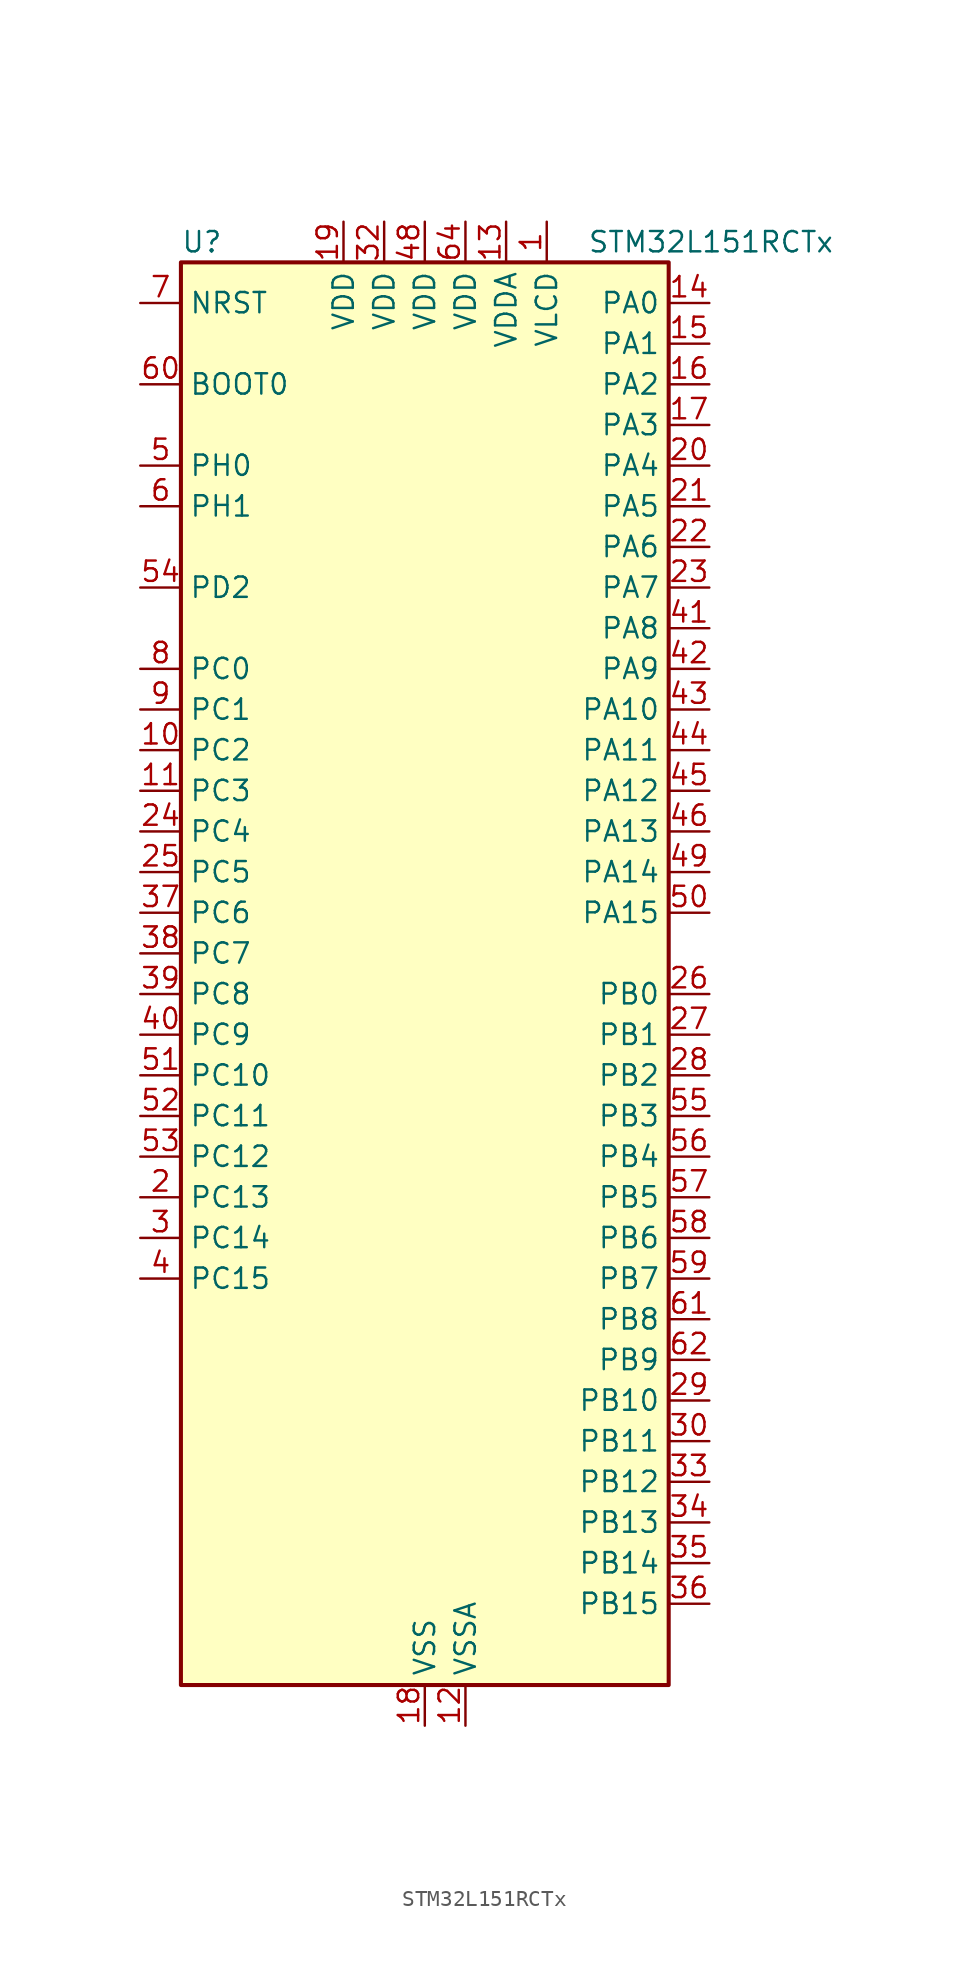
<source format=kicad_sym>
(kicad_symbol_lib
  (version 20231120)
  (generator "kicad_symbol_editor")
  (generator_version "8.0")
  (symbol "STM32L151RCTx"
    (property "Reference" "U"
      (at -15.24 46.99 0)
      (effects (font (size 1.27 1.27)) (justify left)))
    (property "Value" "STM32L151RCTx"
      (at 10.16 46.99 0)
      (effects (font (size 1.27 1.27)) (justify left)))
    (property "ki_locked" ""
      (at 0 0 0)
      (effects (font (size 1.27 1.27))))
    (symbol "STM32L151RCTx_0_1"
      (rectangle (start -15.24 -43.18) (end 15.24 45.72) (stroke (width 0.254) (type default)) (fill (type background))))
    (symbol "STM32L151RCTx_1_1"
      (pin power_in line (at 7.62 48.26 270) (length 2.54) (name "VLCD" (effects (font (size 1.27 1.27)))) (number "1" (effects (font (size 1.27 1.27)))))
      (pin bidirectional line (at -17.78 15.24 0) (length 2.54) (name "PC2" (effects (font (size 1.27 1.27)))) (number "10" (effects (font (size 1.27 1.27)))) (alternate "ADC_IN12" bidirectional line) (alternate "COMP1_INP" bidirectional line) (alternate "TIMX_IC3" bidirectional line) (alternate "TS_G8_IO3" bidirectional line))
      (pin bidirectional line (at -17.78 12.7 0) (length 2.54) (name "PC3" (effects (font (size 1.27 1.27)))) (number "11" (effects (font (size 1.27 1.27)))) (alternate "ADC_IN13" bidirectional line) (alternate "COMP1_INP" bidirectional line) (alternate "TIMX_IC4" bidirectional line) (alternate "TS_G8_IO4" bidirectional line))
      (pin power_in line (at 2.54 -45.72 90) (length 2.54) (name "VSSA" (effects (font (size 1.27 1.27)))) (number "12" (effects (font (size 1.27 1.27)))))
      (pin power_in line (at 5.08 48.26 270) (length 2.54) (name "VDDA" (effects (font (size 1.27 1.27)))) (number "13" (effects (font (size 1.27 1.27)))))
      (pin bidirectional line (at 17.78 43.18 180) (length 2.54) (name "PA0" (effects (font (size 1.27 1.27)))) (number "14" (effects (font (size 1.27 1.27)))) (alternate "ADC_IN0" bidirectional line) (alternate "COMP1_INP" bidirectional line) (alternate "RTC_TAMP2" bidirectional line) (alternate "SYS_WKUP1" bidirectional line) (alternate "TIM2_CH1" bidirectional line) (alternate "TIM2_ETR" bidirectional line) (alternate "TIM5_CH1" bidirectional line) (alternate "TIMX_IC1" bidirectional line) (alternate "TS_G1_IO1" bidirectional line) (alternate "USART2_CTS" bidirectional line))
      (pin bidirectional line (at 17.78 40.64 180) (length 2.54) (name "PA1" (effects (font (size 1.27 1.27)))) (number "15" (effects (font (size 1.27 1.27)))) (alternate "ADC_IN1" bidirectional line) (alternate "COMP1_INP" bidirectional line) (alternate "OPAMP1_VINP" bidirectional line) (alternate "TIM2_CH2" bidirectional line) (alternate "TIM5_CH2" bidirectional line) (alternate "TIMX_IC2" bidirectional line) (alternate "TS_G1_IO2" bidirectional line) (alternate "USART2_RTS" bidirectional line))
      (pin bidirectional line (at 17.78 38.1 180) (length 2.54) (name "PA2" (effects (font (size 1.27 1.27)))) (number "16" (effects (font (size 1.27 1.27)))) (alternate "ADC_IN2" bidirectional line) (alternate "COMP1_INP" bidirectional line) (alternate "OPAMP1_VINM" bidirectional line) (alternate "TIM2_CH3" bidirectional line) (alternate "TIM5_CH3" bidirectional line) (alternate "TIM9_CH1" bidirectional line) (alternate "TIMX_IC3" bidirectional line) (alternate "TS_G1_IO3" bidirectional line) (alternate "USART2_TX" bidirectional line))
      (pin bidirectional line (at 17.78 35.56 180) (length 2.54) (name "PA3" (effects (font (size 1.27 1.27)))) (number "17" (effects (font (size 1.27 1.27)))) (alternate "ADC_IN3" bidirectional line) (alternate "COMP1_INP" bidirectional line) (alternate "OPAMP1_VOUT" bidirectional line) (alternate "TIM2_CH4" bidirectional line) (alternate "TIM5_CH4" bidirectional line) (alternate "TIM9_CH2" bidirectional line) (alternate "TIMX_IC4" bidirectional line) (alternate "TS_G1_IO4" bidirectional line) (alternate "USART2_RX" bidirectional line))
      (pin power_in line (at 0 -45.72 90) (length 2.54) (name "VSS" (effects (font (size 1.27 1.27)))) (number "18" (effects (font (size 1.27 1.27)))))
      (pin power_in line (at -5.08 48.26 270) (length 2.54) (name "VDD" (effects (font (size 1.27 1.27)))) (number "19" (effects (font (size 1.27 1.27)))))
      (pin bidirectional line (at -17.78 -12.7 0) (length 2.54) (name "PC13" (effects (font (size 1.27 1.27)))) (number "2" (effects (font (size 1.27 1.27)))) (alternate "RTC_OUT_ALARM" bidirectional line) (alternate "RTC_OUT_CALIB" bidirectional line) (alternate "RTC_TAMP1" bidirectional line) (alternate "RTC_TS" bidirectional line) (alternate "SYS_WKUP2" bidirectional line) (alternate "TIMX_IC2" bidirectional line))
      (pin bidirectional line (at 17.78 33.02 180) (length 2.54) (name "PA4" (effects (font (size 1.27 1.27)))) (number "20" (effects (font (size 1.27 1.27)))) (alternate "ADC_IN4" bidirectional line) (alternate "COMP1_INP" bidirectional line) (alternate "DAC_OUT1" bidirectional line) (alternate "I2S3_WS" bidirectional line) (alternate "SPI1_NSS" bidirectional line) (alternate "SPI3_NSS" bidirectional line) (alternate "TIMX_IC1" bidirectional line) (alternate "USART2_CK" bidirectional line))
      (pin bidirectional line (at 17.78 30.48 180) (length 2.54) (name "PA5" (effects (font (size 1.27 1.27)))) (number "21" (effects (font (size 1.27 1.27)))) (alternate "ADC_IN5" bidirectional line) (alternate "COMP1_INP" bidirectional line) (alternate "DAC_OUT2" bidirectional line) (alternate "SPI1_SCK" bidirectional line) (alternate "TIM2_CH1" bidirectional line) (alternate "TIM2_ETR" bidirectional line) (alternate "TIMX_IC2" bidirectional line))
      (pin bidirectional line (at 17.78 27.94 180) (length 2.54) (name "PA6" (effects (font (size 1.27 1.27)))) (number "22" (effects (font (size 1.27 1.27)))) (alternate "ADC_IN6" bidirectional line) (alternate "COMP1_INP" bidirectional line) (alternate "OPAMP2_VINP" bidirectional line) (alternate "SPI1_MISO" bidirectional line) (alternate "TIM10_CH1" bidirectional line) (alternate "TIM3_CH1" bidirectional line) (alternate "TIMX_IC3" bidirectional line) (alternate "TS_G2_IO1" bidirectional line))
      (pin bidirectional line (at 17.78 25.4 180) (length 2.54) (name "PA7" (effects (font (size 1.27 1.27)))) (number "23" (effects (font (size 1.27 1.27)))) (alternate "ADC_IN7" bidirectional line) (alternate "COMP1_INP" bidirectional line) (alternate "OPAMP2_VINM" bidirectional line) (alternate "SPI1_MOSI" bidirectional line) (alternate "TIM11_CH1" bidirectional line) (alternate "TIM3_CH2" bidirectional line) (alternate "TIMX_IC4" bidirectional line) (alternate "TS_G2_IO2" bidirectional line))
      (pin bidirectional line (at -17.78 10.16 0) (length 2.54) (name "PC4" (effects (font (size 1.27 1.27)))) (number "24" (effects (font (size 1.27 1.27)))) (alternate "ADC_IN14" bidirectional line) (alternate "COMP1_INP" bidirectional line) (alternate "TIMX_IC1" bidirectional line) (alternate "TS_G9_IO1" bidirectional line))
      (pin bidirectional line (at -17.78 7.62 0) (length 2.54) (name "PC5" (effects (font (size 1.27 1.27)))) (number "25" (effects (font (size 1.27 1.27)))) (alternate "ADC_IN15" bidirectional line) (alternate "COMP1_INP" bidirectional line) (alternate "TIMX_IC2" bidirectional line) (alternate "TS_G9_IO2" bidirectional line))
      (pin bidirectional line (at 17.78 0 180) (length 2.54) (name "PB0" (effects (font (size 1.27 1.27)))) (number "26" (effects (font (size 1.27 1.27)))) (alternate "ADC_IN8" bidirectional line) (alternate "COMP1_INP" bidirectional line) (alternate "OPAMP2_VOUT" bidirectional line) (alternate "SYS_V_REF_OUT" bidirectional line) (alternate "TIM3_CH3" bidirectional line) (alternate "TS_G3_IO1" bidirectional line))
      (pin bidirectional line (at 17.78 -2.54 180) (length 2.54) (name "PB1" (effects (font (size 1.27 1.27)))) (number "27" (effects (font (size 1.27 1.27)))) (alternate "ADC_IN9" bidirectional line) (alternate "COMP1_INP" bidirectional line) (alternate "SYS_V_REF_OUT" bidirectional line) (alternate "TIM3_CH4" bidirectional line) (alternate "TS_G3_IO2" bidirectional line))
      (pin bidirectional line (at 17.78 -5.08 180) (length 2.54) (name "PB2" (effects (font (size 1.27 1.27)))) (number "28" (effects (font (size 1.27 1.27)))) (alternate "TS_G3_IO3" bidirectional line))
      (pin bidirectional line (at 17.78 -25.4 180) (length 2.54) (name "PB10" (effects (font (size 1.27 1.27)))) (number "29" (effects (font (size 1.27 1.27)))) (alternate "I2C2_SCL" bidirectional line) (alternate "TIM2_CH3" bidirectional line) (alternate "USART3_TX" bidirectional line))
      (pin bidirectional line (at -17.78 -15.24 0) (length 2.54) (name "PC14" (effects (font (size 1.27 1.27)))) (number "3" (effects (font (size 1.27 1.27)))) (alternate "RCC_OSC32_IN" bidirectional line) (alternate "TIMX_IC3" bidirectional line))
      (pin bidirectional line (at 17.78 -27.94 180) (length 2.54) (name "PB11" (effects (font (size 1.27 1.27)))) (number "30" (effects (font (size 1.27 1.27)))) (alternate "ADC_EXTI11" bidirectional line) (alternate "I2C2_SDA" bidirectional line) (alternate "TIM2_CH4" bidirectional line) (alternate "USART3_RX" bidirectional line))
      (pin passive line (at 0 -45.72 90) (length 2.54) hide (name "VSS" (effects (font (size 1.27 1.27)))) (number "31" (effects (font (size 1.27 1.27)))))
      (pin power_in line (at -2.54 48.26 270) (length 2.54) (name "VDD" (effects (font (size 1.27 1.27)))) (number "32" (effects (font (size 1.27 1.27)))))
      (pin bidirectional line (at 17.78 -30.48 180) (length 2.54) (name "PB12" (effects (font (size 1.27 1.27)))) (number "33" (effects (font (size 1.27 1.27)))) (alternate "ADC_IN18" bidirectional line) (alternate "COMP1_INP" bidirectional line) (alternate "I2C2_SMBA" bidirectional line) (alternate "I2S2_WS" bidirectional line) (alternate "SPI2_NSS" bidirectional line) (alternate "TIM10_CH1" bidirectional line) (alternate "TS_G7_IO1" bidirectional line) (alternate "USART3_CK" bidirectional line))
      (pin bidirectional line (at 17.78 -33.02 180) (length 2.54) (name "PB13" (effects (font (size 1.27 1.27)))) (number "34" (effects (font (size 1.27 1.27)))) (alternate "ADC_IN19" bidirectional line) (alternate "COMP1_INP" bidirectional line) (alternate "I2S2_CK" bidirectional line) (alternate "SPI2_SCK" bidirectional line) (alternate "TIM9_CH1" bidirectional line) (alternate "TS_G7_IO2" bidirectional line) (alternate "USART3_CTS" bidirectional line))
      (pin bidirectional line (at 17.78 -35.56 180) (length 2.54) (name "PB14" (effects (font (size 1.27 1.27)))) (number "35" (effects (font (size 1.27 1.27)))) (alternate "ADC_IN20" bidirectional line) (alternate "COMP1_INP" bidirectional line) (alternate "SPI2_MISO" bidirectional line) (alternate "TIM9_CH2" bidirectional line) (alternate "TS_G7_IO3" bidirectional line) (alternate "USART3_RTS" bidirectional line))
      (pin bidirectional line (at 17.78 -38.1 180) (length 2.54) (name "PB15" (effects (font (size 1.27 1.27)))) (number "36" (effects (font (size 1.27 1.27)))) (alternate "ADC_EXTI15" bidirectional line) (alternate "ADC_IN21" bidirectional line) (alternate "COMP1_INP" bidirectional line) (alternate "I2S2_SD" bidirectional line) (alternate "RTC_REFIN" bidirectional line) (alternate "SPI2_MOSI" bidirectional line) (alternate "TIM11_CH1" bidirectional line) (alternate "TS_G7_IO4" bidirectional line))
      (pin bidirectional line (at -17.78 5.08 0) (length 2.54) (name "PC6" (effects (font (size 1.27 1.27)))) (number "37" (effects (font (size 1.27 1.27)))) (alternate "I2S2_MCK" bidirectional line) (alternate "TIM3_CH1" bidirectional line) (alternate "TIMX_IC3" bidirectional line) (alternate "TS_G10_IO1" bidirectional line))
      (pin bidirectional line (at -17.78 2.54 0) (length 2.54) (name "PC7" (effects (font (size 1.27 1.27)))) (number "38" (effects (font (size 1.27 1.27)))) (alternate "I2S3_MCK" bidirectional line) (alternate "TIM3_CH2" bidirectional line) (alternate "TIMX_IC4" bidirectional line) (alternate "TS_G10_IO2" bidirectional line))
      (pin bidirectional line (at -17.78 0 0) (length 2.54) (name "PC8" (effects (font (size 1.27 1.27)))) (number "39" (effects (font (size 1.27 1.27)))) (alternate "TIM3_CH3" bidirectional line) (alternate "TIMX_IC1" bidirectional line) (alternate "TS_G10_IO3" bidirectional line))
      (pin bidirectional line (at -17.78 -17.78 0) (length 2.54) (name "PC15" (effects (font (size 1.27 1.27)))) (number "4" (effects (font (size 1.27 1.27)))) (alternate "ADC_EXTI15" bidirectional line) (alternate "RCC_OSC32_OUT" bidirectional line) (alternate "TIMX_IC4" bidirectional line))
      (pin bidirectional line (at -17.78 -2.54 0) (length 2.54) (name "PC9" (effects (font (size 1.27 1.27)))) (number "40" (effects (font (size 1.27 1.27)))) (alternate "DAC_EXTI9" bidirectional line) (alternate "TIM3_CH4" bidirectional line) (alternate "TIMX_IC2" bidirectional line) (alternate "TS_G10_IO4" bidirectional line))
      (pin bidirectional line (at 17.78 22.86 180) (length 2.54) (name "PA8" (effects (font (size 1.27 1.27)))) (number "41" (effects (font (size 1.27 1.27)))) (alternate "RCC_MCO" bidirectional line) (alternate "TIMX_IC1" bidirectional line) (alternate "TS_G4_IO1" bidirectional line) (alternate "USART1_CK" bidirectional line))
      (pin bidirectional line (at 17.78 20.32 180) (length 2.54) (name "PA9" (effects (font (size 1.27 1.27)))) (number "42" (effects (font (size 1.27 1.27)))) (alternate "DAC_EXTI9" bidirectional line) (alternate "TIMX_IC2" bidirectional line) (alternate "TS_G4_IO2" bidirectional line) (alternate "USART1_TX" bidirectional line))
      (pin bidirectional line (at 17.78 17.78 180) (length 2.54) (name "PA10" (effects (font (size 1.27 1.27)))) (number "43" (effects (font (size 1.27 1.27)))) (alternate "TIMX_IC3" bidirectional line) (alternate "TS_G4_IO3" bidirectional line) (alternate "USART1_RX" bidirectional line))
      (pin bidirectional line (at 17.78 15.24 180) (length 2.54) (name "PA11" (effects (font (size 1.27 1.27)))) (number "44" (effects (font (size 1.27 1.27)))) (alternate "ADC_EXTI11" bidirectional line) (alternate "SPI1_MISO" bidirectional line) (alternate "TIMX_IC4" bidirectional line) (alternate "USART1_CTS" bidirectional line) (alternate "USB_DM" bidirectional line))
      (pin bidirectional line (at 17.78 12.7 180) (length 2.54) (name "PA12" (effects (font (size 1.27 1.27)))) (number "45" (effects (font (size 1.27 1.27)))) (alternate "SPI1_MOSI" bidirectional line) (alternate "TIMX_IC1" bidirectional line) (alternate "USART1_RTS" bidirectional line) (alternate "USB_DP" bidirectional line))
      (pin bidirectional line (at 17.78 10.16 180) (length 2.54) (name "PA13" (effects (font (size 1.27 1.27)))) (number "46" (effects (font (size 1.27 1.27)))) (alternate "SYS_JTMS-SWDIO" bidirectional line) (alternate "TIMX_IC2" bidirectional line) (alternate "TS_G5_IO1" bidirectional line))
      (pin passive line (at 0 -45.72 90) (length 2.54) hide (name "VSS" (effects (font (size 1.27 1.27)))) (number "47" (effects (font (size 1.27 1.27)))))
      (pin power_in line (at 0 48.26 270) (length 2.54) (name "VDD" (effects (font (size 1.27 1.27)))) (number "48" (effects (font (size 1.27 1.27)))))
      (pin bidirectional line (at 17.78 7.62 180) (length 2.54) (name "PA14" (effects (font (size 1.27 1.27)))) (number "49" (effects (font (size 1.27 1.27)))) (alternate "SYS_JTCK-SWCLK" bidirectional line) (alternate "TIMX_IC3" bidirectional line) (alternate "TS_G5_IO2" bidirectional line))
      (pin bidirectional line (at -17.78 33.02 0) (length 2.54) (name "PH0" (effects (font (size 1.27 1.27)))) (number "5" (effects (font (size 1.27 1.27)))) (alternate "RCC_OSC_IN" bidirectional line))
      (pin bidirectional line (at 17.78 5.08 180) (length 2.54) (name "PA15" (effects (font (size 1.27 1.27)))) (number "50" (effects (font (size 1.27 1.27)))) (alternate "ADC_EXTI15" bidirectional line) (alternate "I2S3_WS" bidirectional line) (alternate "SPI1_NSS" bidirectional line) (alternate "SPI3_NSS" bidirectional line) (alternate "SYS_JTDI" bidirectional line) (alternate "TIM2_CH1" bidirectional line) (alternate "TIM2_ETR" bidirectional line) (alternate "TIMX_IC4" bidirectional line) (alternate "TS_G5_IO3" bidirectional line))
      (pin bidirectional line (at -17.78 -5.08 0) (length 2.54) (name "PC10" (effects (font (size 1.27 1.27)))) (number "51" (effects (font (size 1.27 1.27)))) (alternate "I2S3_CK" bidirectional line) (alternate "SPI3_SCK" bidirectional line) (alternate "TIMX_IC3" bidirectional line) (alternate "USART3_TX" bidirectional line))
      (pin bidirectional line (at -17.78 -7.62 0) (length 2.54) (name "PC11" (effects (font (size 1.27 1.27)))) (number "52" (effects (font (size 1.27 1.27)))) (alternate "ADC_EXTI11" bidirectional line) (alternate "SPI3_MISO" bidirectional line) (alternate "TIMX_IC4" bidirectional line) (alternate "USART3_RX" bidirectional line))
      (pin bidirectional line (at -17.78 -10.16 0) (length 2.54) (name "PC12" (effects (font (size 1.27 1.27)))) (number "53" (effects (font (size 1.27 1.27)))) (alternate "I2S3_SD" bidirectional line) (alternate "SPI3_MOSI" bidirectional line) (alternate "TIMX_IC1" bidirectional line) (alternate "USART3_CK" bidirectional line))
      (pin bidirectional line (at -17.78 25.4 0) (length 2.54) (name "PD2" (effects (font (size 1.27 1.27)))) (number "54" (effects (font (size 1.27 1.27)))) (alternate "TIM3_ETR" bidirectional line) (alternate "TIMX_IC3" bidirectional line))
      (pin bidirectional line (at 17.78 -7.62 180) (length 2.54) (name "PB3" (effects (font (size 1.27 1.27)))) (number "55" (effects (font (size 1.27 1.27)))) (alternate "COMP2_INM" bidirectional line) (alternate "I2S3_CK" bidirectional line) (alternate "SPI1_SCK" bidirectional line) (alternate "SPI3_SCK" bidirectional line) (alternate "SYS_JTDO-TRACESWO" bidirectional line) (alternate "TIM2_CH2" bidirectional line))
      (pin bidirectional line (at 17.78 -10.16 180) (length 2.54) (name "PB4" (effects (font (size 1.27 1.27)))) (number "56" (effects (font (size 1.27 1.27)))) (alternate "COMP2_INP" bidirectional line) (alternate "SPI1_MISO" bidirectional line) (alternate "SPI3_MISO" bidirectional line) (alternate "SYS_JTRST" bidirectional line) (alternate "TIM3_CH1" bidirectional line) (alternate "TS_G6_IO1" bidirectional line))
      (pin bidirectional line (at 17.78 -12.7 180) (length 2.54) (name "PB5" (effects (font (size 1.27 1.27)))) (number "57" (effects (font (size 1.27 1.27)))) (alternate "COMP2_INP" bidirectional line) (alternate "I2C1_SMBA" bidirectional line) (alternate "I2S3_SD" bidirectional line) (alternate "SPI1_MOSI" bidirectional line) (alternate "SPI3_MOSI" bidirectional line) (alternate "TIM3_CH2" bidirectional line) (alternate "TS_G6_IO2" bidirectional line))
      (pin bidirectional line (at 17.78 -15.24 180) (length 2.54) (name "PB6" (effects (font (size 1.27 1.27)))) (number "58" (effects (font (size 1.27 1.27)))) (alternate "COMP2_INP" bidirectional line) (alternate "I2C1_SCL" bidirectional line) (alternate "TIM4_CH1" bidirectional line) (alternate "TS_G6_IO3" bidirectional line) (alternate "USART1_TX" bidirectional line))
      (pin bidirectional line (at 17.78 -17.78 180) (length 2.54) (name "PB7" (effects (font (size 1.27 1.27)))) (number "59" (effects (font (size 1.27 1.27)))) (alternate "COMP2_INP" bidirectional line) (alternate "I2C1_SDA" bidirectional line) (alternate "SYS_PVD_IN" bidirectional line) (alternate "TIM4_CH2" bidirectional line) (alternate "TS_G6_IO4" bidirectional line) (alternate "USART1_RX" bidirectional line))
      (pin bidirectional line (at -17.78 30.48 0) (length 2.54) (name "PH1" (effects (font (size 1.27 1.27)))) (number "6" (effects (font (size 1.27 1.27)))) (alternate "RCC_OSC_OUT" bidirectional line))
      (pin input line (at -17.78 38.1 0) (length 2.54) (name "BOOT0" (effects (font (size 1.27 1.27)))) (number "60" (effects (font (size 1.27 1.27)))))
      (pin bidirectional line (at 17.78 -20.32 180) (length 2.54) (name "PB8" (effects (font (size 1.27 1.27)))) (number "61" (effects (font (size 1.27 1.27)))) (alternate "I2C1_SCL" bidirectional line) (alternate "TIM10_CH1" bidirectional line) (alternate "TIM4_CH3" bidirectional line))
      (pin bidirectional line (at 17.78 -22.86 180) (length 2.54) (name "PB9" (effects (font (size 1.27 1.27)))) (number "62" (effects (font (size 1.27 1.27)))) (alternate "DAC_EXTI9" bidirectional line) (alternate "I2C1_SDA" bidirectional line) (alternate "TIM11_CH1" bidirectional line) (alternate "TIM4_CH4" bidirectional line))
      (pin passive line (at 0 -45.72 90) (length 2.54) hide (name "VSS" (effects (font (size 1.27 1.27)))) (number "63" (effects (font (size 1.27 1.27)))))
      (pin power_in line (at 2.54 48.26 270) (length 2.54) (name "VDD" (effects (font (size 1.27 1.27)))) (number "64" (effects (font (size 1.27 1.27)))))
      (pin input line (at -17.78 43.18 0) (length 2.54) (name "NRST" (effects (font (size 1.27 1.27)))) (number "7" (effects (font (size 1.27 1.27)))))
      (pin bidirectional line (at -17.78 20.32 0) (length 2.54) (name "PC0" (effects (font (size 1.27 1.27)))) (number "8" (effects (font (size 1.27 1.27)))) (alternate "ADC_IN10" bidirectional line) (alternate "COMP1_INP" bidirectional line) (alternate "TIMX_IC1" bidirectional line) (alternate "TS_G8_IO1" bidirectional line))
      (pin bidirectional line (at -17.78 17.78 0) (length 2.54) (name "PC1" (effects (font (size 1.27 1.27)))) (number "9" (effects (font (size 1.27 1.27)))) (alternate "ADC_IN11" bidirectional line) (alternate "COMP1_INP" bidirectional line) (alternate "TIMX_IC2" bidirectional line) (alternate "TS_G8_IO2" bidirectional line)))))
</source>
